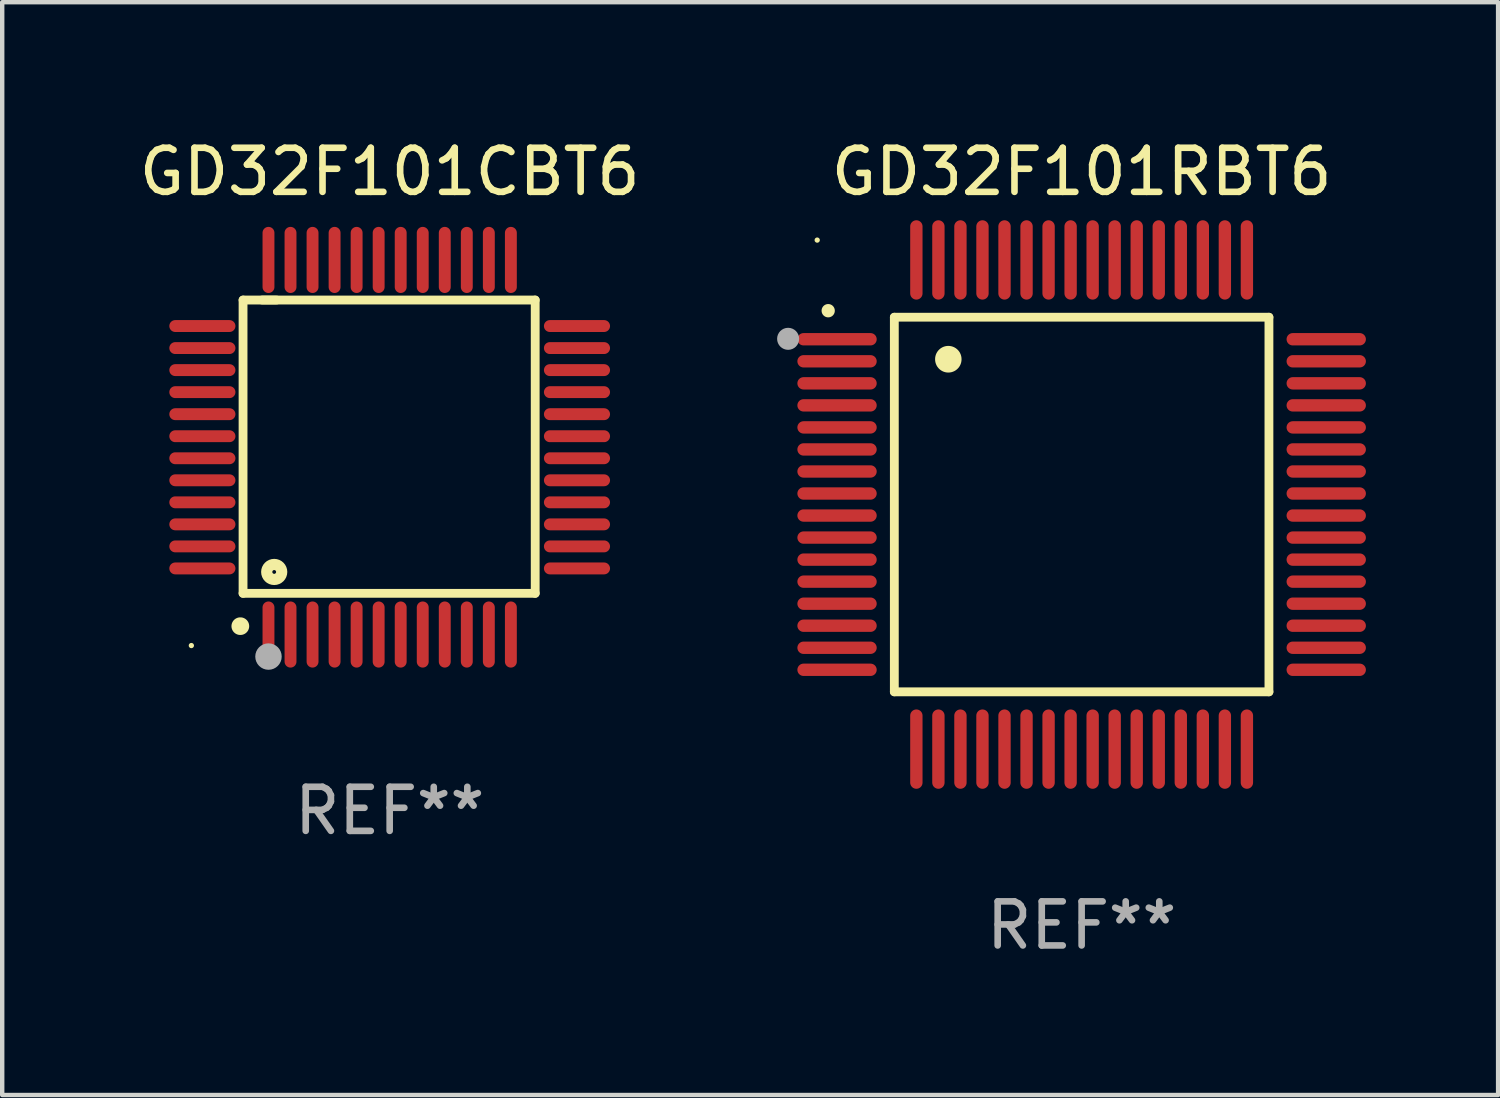
<source format=kicad_pcb>
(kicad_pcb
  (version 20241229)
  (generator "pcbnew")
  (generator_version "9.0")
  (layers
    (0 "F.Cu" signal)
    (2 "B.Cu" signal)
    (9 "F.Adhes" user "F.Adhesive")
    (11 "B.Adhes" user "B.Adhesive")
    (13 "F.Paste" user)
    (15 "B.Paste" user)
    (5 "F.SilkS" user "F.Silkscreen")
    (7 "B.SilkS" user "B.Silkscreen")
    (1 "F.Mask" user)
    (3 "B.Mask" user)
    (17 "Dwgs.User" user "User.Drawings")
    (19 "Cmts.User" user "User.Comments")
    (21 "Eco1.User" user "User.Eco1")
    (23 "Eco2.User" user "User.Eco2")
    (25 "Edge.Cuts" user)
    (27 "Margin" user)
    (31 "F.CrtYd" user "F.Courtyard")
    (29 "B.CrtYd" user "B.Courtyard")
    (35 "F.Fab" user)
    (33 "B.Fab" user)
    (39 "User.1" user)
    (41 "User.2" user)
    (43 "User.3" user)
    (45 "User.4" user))
  (footprint "GD32F101RBT6"
    (layer "F.Cu")
    (at 21.493 8.398)
    (property "Reference" "GD32F101RBT6" (at 0 -7.55 0) (layer "F.SilkS") (effects (font (size 1 1) (thickness 0.15))))
    (attr through_hole)
    (fp_line (start -4.25 -4.25) (end -4.25 4.25) (stroke (width 0.2) (type solid)) (layer "F.SilkS"))
    (fp_line (start -4.25 4.25) (end 4.25 4.25) (stroke (width 0.2) (type solid)) (layer "F.SilkS"))
    (fp_line (start 4.25 -4.25) (end -4.25 -4.25) (stroke (width 0.2) (type solid)) (layer "F.SilkS"))
    (fp_line (start 4.25 4.25) (end 4.25 -4.25) (stroke (width 0.2) (type solid)) (layer "F.SilkS"))
    (fp_arc (start -5.750572 -4.396749) (mid -5.750577 -4.398019) (end -5.750572 -4.399289) (stroke (width 0.3) (type solid)) (layer "F.SilkS"))
    (fp_arc (start -3.025146 -3.294387) (mid -3.025157 -3.296927) (end -3.025146 -3.299467) (stroke (width 0.6) (type solid)) (layer "F.SilkS"))
    (fp_circle (center -6 -6) (end -5.97 -6) (stroke (width 0.06) (type solid)) (fill no) (layer "F.SilkS"))
    (fp_circle (center -6.66 -3.76) (end -6.535 -3.76) (stroke (width 0.25) (type solid)) (fill no) (layer "F.Fab"))
    (fp_text user "REF**" (at 0 9.55 0) (layer "F.Fab") (effects (font (size 1 1) (thickness 0.15))))
    (pad "1" smd oval (at -5.55 -3.75) (size 1.8 0.28) (layers "F.Cu" "F.Mask" "F.Paste"))
    (pad "2" smd oval (at -5.55 -3.25) (size 1.8 0.28) (layers "F.Cu" "F.Mask" "F.Paste"))
    (pad "3" smd oval (at -5.55 -2.75) (size 1.8 0.28) (layers "F.Cu" "F.Mask" "F.Paste"))
    (pad "4" smd oval (at -5.55 -2.25) (size 1.8 0.28) (layers "F.Cu" "F.Mask" "F.Paste"))
    (pad "5" smd oval (at -5.55 -1.75) (size 1.8 0.28) (layers "F.Cu" "F.Mask" "F.Paste"))
    (pad "6" smd oval (at -5.55 -1.25) (size 1.8 0.28) (layers "F.Cu" "F.Mask" "F.Paste"))
    (pad "7" smd oval (at -5.55 -0.75) (size 1.8 0.28) (layers "F.Cu" "F.Mask" "F.Paste"))
    (pad "8" smd oval (at -5.55 -0.25) (size 1.8 0.28) (layers "F.Cu" "F.Mask" "F.Paste"))
    (pad "9" smd oval (at -5.55 0.25) (size 1.8 0.28) (layers "F.Cu" "F.Mask" "F.Paste"))
    (pad "10" smd oval (at -5.55 0.75) (size 1.8 0.28) (layers "F.Cu" "F.Mask" "F.Paste"))
    (pad "11" smd oval (at -5.55 1.25) (size 1.8 0.28) (layers "F.Cu" "F.Mask" "F.Paste"))
    (pad "12" smd oval (at -5.55 1.75) (size 1.8 0.28) (layers "F.Cu" "F.Mask" "F.Paste"))
    (pad "13" smd oval (at -5.55 2.25) (size 1.8 0.28) (layers "F.Cu" "F.Mask" "F.Paste"))
    (pad "14" smd oval (at -5.55 2.75) (size 1.8 0.28) (layers "F.Cu" "F.Mask" "F.Paste"))
    (pad "15" smd oval (at -5.55 3.25) (size 1.8 0.28) (layers "F.Cu" "F.Mask" "F.Paste"))
    (pad "16" smd oval (at -5.55 3.75) (size 1.8 0.28) (layers "F.Cu" "F.Mask" "F.Paste"))
    (pad "17" smd oval (at -3.75 5.55) (size 0.28 1.8) (layers "F.Cu" "F.Mask" "F.Paste"))
    (pad "18" smd oval (at -3.25 5.55) (size 0.28 1.8) (layers "F.Cu" "F.Mask" "F.Paste"))
    (pad "19" smd oval (at -2.75 5.55) (size 0.28 1.8) (layers "F.Cu" "F.Mask" "F.Paste"))
    (pad "20" smd oval (at -2.25 5.55) (size 0.28 1.8) (layers "F.Cu" "F.Mask" "F.Paste"))
    (pad "21" smd oval (at -1.75 5.55) (size 0.28 1.8) (layers "F.Cu" "F.Mask" "F.Paste"))
    (pad "22" smd oval (at -1.25 5.55) (size 0.28 1.8) (layers "F.Cu" "F.Mask" "F.Paste"))
    (pad "23" smd oval (at -0.75 5.55) (size 0.28 1.8) (layers "F.Cu" "F.Mask" "F.Paste"))
    (pad "24" smd oval (at -0.25 5.55) (size 0.28 1.8) (layers "F.Cu" "F.Mask" "F.Paste"))
    (pad "25" smd oval (at 0.25 5.55) (size 0.28 1.8) (layers "F.Cu" "F.Mask" "F.Paste"))
    (pad "26" smd oval (at 0.75 5.55) (size 0.28 1.8) (layers "F.Cu" "F.Mask" "F.Paste"))
    (pad "27" smd oval (at 1.25 5.55) (size 0.28 1.8) (layers "F.Cu" "F.Mask" "F.Paste"))
    (pad "28" smd oval (at 1.75 5.55) (size 0.28 1.8) (layers "F.Cu" "F.Mask" "F.Paste"))
    (pad "29" smd oval (at 2.25 5.55) (size 0.28 1.8) (layers "F.Cu" "F.Mask" "F.Paste"))
    (pad "30" smd oval (at 2.75 5.55) (size 0.28 1.8) (layers "F.Cu" "F.Mask" "F.Paste"))
    (pad "31" smd oval (at 3.25 5.55) (size 0.28 1.8) (layers "F.Cu" "F.Mask" "F.Paste"))
    (pad "32" smd oval (at 3.75 5.55) (size 0.28 1.8) (layers "F.Cu" "F.Mask" "F.Paste"))
    (pad "33" smd oval (at 5.55 3.75) (size 1.8 0.28) (layers "F.Cu" "F.Mask" "F.Paste"))
    (pad "34" smd oval (at 5.55 3.25) (size 1.8 0.28) (layers "F.Cu" "F.Mask" "F.Paste"))
    (pad "35" smd oval (at 5.55 2.75) (size 1.8 0.28) (layers "F.Cu" "F.Mask" "F.Paste"))
    (pad "36" smd oval (at 5.55 2.25) (size 1.8 0.28) (layers "F.Cu" "F.Mask" "F.Paste"))
    (pad "37" smd oval (at 5.55 1.75) (size 1.8 0.28) (layers "F.Cu" "F.Mask" "F.Paste"))
    (pad "38" smd oval (at 5.55 1.25) (size 1.8 0.28) (layers "F.Cu" "F.Mask" "F.Paste"))
    (pad "39" smd oval (at 5.55 0.75) (size 1.8 0.28) (layers "F.Cu" "F.Mask" "F.Paste"))
    (pad "40" smd oval (at 5.55 0.25) (size 1.8 0.28) (layers "F.Cu" "F.Mask" "F.Paste"))
    (pad "41" smd oval (at 5.55 -0.25) (size 1.8 0.28) (layers "F.Cu" "F.Mask" "F.Paste"))
    (pad "42" smd oval (at 5.55 -0.75) (size 1.8 0.28) (layers "F.Cu" "F.Mask" "F.Paste"))
    (pad "43" smd oval (at 5.55 -1.25) (size 1.8 0.28) (layers "F.Cu" "F.Mask" "F.Paste"))
    (pad "44" smd oval (at 5.55 -1.75) (size 1.8 0.28) (layers "F.Cu" "F.Mask" "F.Paste"))
    (pad "45" smd oval (at 5.55 -2.25) (size 1.8 0.28) (layers "F.Cu" "F.Mask" "F.Paste"))
    (pad "46" smd oval (at 5.55 -2.75) (size 1.8 0.28) (layers "F.Cu" "F.Mask" "F.Paste"))
    (pad "47" smd oval (at 5.55 -3.25) (size 1.8 0.28) (layers "F.Cu" "F.Mask" "F.Paste"))
    (pad "48" smd oval (at 5.55 -3.75) (size 1.8 0.28) (layers "F.Cu" "F.Mask" "F.Paste"))
    (pad "49" smd oval (at 3.75 -5.55) (size 0.28 1.8) (layers "F.Cu" "F.Mask" "F.Paste"))
    (pad "50" smd oval (at 3.25 -5.55) (size 0.28 1.8) (layers "F.Cu" "F.Mask" "F.Paste"))
    (pad "51" smd oval (at 2.75 -5.55) (size 0.28 1.8) (layers "F.Cu" "F.Mask" "F.Paste"))
    (pad "52" smd oval (at 2.25 -5.55) (size 0.28 1.8) (layers "F.Cu" "F.Mask" "F.Paste"))
    (pad "53" smd oval (at 1.75 -5.55) (size 0.28 1.8) (layers "F.Cu" "F.Mask" "F.Paste"))
    (pad "54" smd oval (at 1.25 -5.55) (size 0.28 1.8) (layers "F.Cu" "F.Mask" "F.Paste"))
    (pad "55" smd oval (at 0.75 -5.55) (size 0.28 1.8) (layers "F.Cu" "F.Mask" "F.Paste"))
    (pad "56" smd oval (at 0.25 -5.55) (size 0.28 1.8) (layers "F.Cu" "F.Mask" "F.Paste"))
    (pad "57" smd oval (at -0.25 -5.55) (size 0.28 1.8) (layers "F.Cu" "F.Mask" "F.Paste"))
    (pad "58" smd oval (at -0.75 -5.55) (size 0.28 1.8) (layers "F.Cu" "F.Mask" "F.Paste"))
    (pad "59" smd oval (at -1.25 -5.55) (size 0.28 1.8) (layers "F.Cu" "F.Mask" "F.Paste"))
    (pad "60" smd oval (at -1.75 -5.55) (size 0.28 1.8) (layers "F.Cu" "F.Mask" "F.Paste"))
    (pad "61" smd oval (at -2.25 -5.55) (size 0.28 1.8) (layers "F.Cu" "F.Mask" "F.Paste"))
    (pad "62" smd oval (at -2.75 -5.55) (size 0.28 1.8) (layers "F.Cu" "F.Mask" "F.Paste"))
    (pad "63" smd oval (at -3.25 -5.55) (size 0.28 1.8) (layers "F.Cu" "F.Mask" "F.Paste"))
    (pad "64" smd oval (at -3.75 -5.55) (size 0.28 1.8) (layers "F.Cu" "F.Mask" "F.Paste")))
  (footprint "GD32F101CBT6"
    (layer "F.Cu")
    (at 5.792 7.098)
    (property "Reference" "GD32F101CBT6" (at 0 -6.25 0) (layer "F.SilkS") (effects (font (size 1 1) (thickness 0.15))))
    (attr through_hole)
    (fp_line (start -3.327 -3.34) (end -2.565 -3.34) (stroke (width 0.2) (type solid)) (layer "F.SilkS"))
    (fp_line (start -3.327 3.315) (end -3.327 -3.34) (stroke (width 0.2) (type solid)) (layer "F.SilkS"))
    (fp_line (start -2.896 -3.34) (end 3.302 -3.34) (stroke (width 0.2) (type solid)) (layer "F.SilkS"))
    (fp_line (start 3.302 -3.34) (end 3.302 3.315) (stroke (width 0.2) (type solid)) (layer "F.SilkS"))
    (fp_line (start 3.302 3.315) (end -3.327 3.315) (stroke (width 0.2) (type solid)) (layer "F.SilkS"))
    (fp_arc (start -3.389992 4.059995) (mid -3.388722 4.059991) (end -3.387452 4.059995) (stroke (width 0.4) (type solid)) (layer "F.SilkS"))
    (fp_circle (center -4.5 4.5) (end -4.47 4.5) (stroke (width 0.06) (type solid)) (fill no) (layer "F.SilkS"))
    (fp_circle (center -2.62 2.83) (end -2.45 2.83) (stroke (width 0.254) (type solid)) (fill no) (layer "F.SilkS"))
    (fp_circle (center -2.75 4.75) (end -2.6 4.75) (stroke (width 0.3) (type solid)) (fill no) (layer "F.Fab"))
    (fp_text user "REF**" (at 0 8.25 0) (layer "F.Fab") (effects (font (size 1 1) (thickness 0.15))))
    (pad "1" smd oval (at -2.75 4.25) (size 0.27 1.5) (layers "F.Cu" "F.Mask" "F.Paste"))
    (pad "2" smd oval (at -2.25 4.25) (size 0.27 1.5) (layers "F.Cu" "F.Mask" "F.Paste"))
    (pad "3" smd oval (at -1.75 4.25) (size 0.27 1.5) (layers "F.Cu" "F.Mask" "F.Paste"))
    (pad "4" smd oval (at -1.25 4.25) (size 0.27 1.5) (layers "F.Cu" "F.Mask" "F.Paste"))
    (pad "5" smd oval (at -0.75 4.25) (size 0.27 1.5) (layers "F.Cu" "F.Mask" "F.Paste"))
    (pad "6" smd oval (at -0.25 4.25) (size 0.27 1.5) (layers "F.Cu" "F.Mask" "F.Paste"))
    (pad "7" smd oval (at 0.25 4.25) (size 0.27 1.5) (layers "F.Cu" "F.Mask" "F.Paste"))
    (pad "8" smd oval (at 0.75 4.25) (size 0.27 1.5) (layers "F.Cu" "F.Mask" "F.Paste"))
    (pad "9" smd oval (at 1.25 4.25) (size 0.27 1.5) (layers "F.Cu" "F.Mask" "F.Paste"))
    (pad "10" smd oval (at 1.75 4.25) (size 0.27 1.5) (layers "F.Cu" "F.Mask" "F.Paste"))
    (pad "11" smd oval (at 2.25 4.25) (size 0.27 1.5) (layers "F.Cu" "F.Mask" "F.Paste"))
    (pad "12" smd oval (at 2.75 4.25) (size 0.27 1.5) (layers "F.Cu" "F.Mask" "F.Paste"))
    (pad "13" smd oval (at 4.25 2.75) (size 1.5 0.27) (layers "F.Cu" "F.Mask" "F.Paste"))
    (pad "14" smd oval (at 4.25 2.25) (size 1.5 0.27) (layers "F.Cu" "F.Mask" "F.Paste"))
    (pad "15" smd oval (at 4.25 1.75) (size 1.5 0.27) (layers "F.Cu" "F.Mask" "F.Paste"))
    (pad "16" smd oval (at 4.25 1.25) (size 1.5 0.27) (layers "F.Cu" "F.Mask" "F.Paste"))
    (pad "17" smd oval (at 4.25 0.75) (size 1.5 0.27) (layers "F.Cu" "F.Mask" "F.Paste"))
    (pad "18" smd oval (at 4.25 0.25) (size 1.5 0.27) (layers "F.Cu" "F.Mask" "F.Paste"))
    (pad "19" smd oval (at 4.25 -0.25) (size 1.5 0.27) (layers "F.Cu" "F.Mask" "F.Paste"))
    (pad "20" smd oval (at 4.25 -0.75) (size 1.5 0.27) (layers "F.Cu" "F.Mask" "F.Paste"))
    (pad "21" smd oval (at 4.25 -1.25) (size 1.5 0.27) (layers "F.Cu" "F.Mask" "F.Paste"))
    (pad "22" smd oval (at 4.25 -1.75) (size 1.5 0.27) (layers "F.Cu" "F.Mask" "F.Paste"))
    (pad "23" smd oval (at 4.25 -2.25) (size 1.5 0.27) (layers "F.Cu" "F.Mask" "F.Paste"))
    (pad "24" smd oval (at 4.25 -2.75) (size 1.5 0.27) (layers "F.Cu" "F.Mask" "F.Paste"))
    (pad "25" smd oval (at 2.75 -4.25) (size 0.27 1.5) (layers "F.Cu" "F.Mask" "F.Paste"))
    (pad "26" smd oval (at 2.25 -4.25) (size 0.27 1.5) (layers "F.Cu" "F.Mask" "F.Paste"))
    (pad "27" smd oval (at 1.75 -4.25) (size 0.27 1.5) (layers "F.Cu" "F.Mask" "F.Paste"))
    (pad "28" smd oval (at 1.25 -4.25) (size 0.27 1.5) (layers "F.Cu" "F.Mask" "F.Paste"))
    (pad "29" smd oval (at 0.75 -4.25) (size 0.27 1.5) (layers "F.Cu" "F.Mask" "F.Paste"))
    (pad "30" smd oval (at 0.25 -4.25) (size 0.27 1.5) (layers "F.Cu" "F.Mask" "F.Paste"))
    (pad "31" smd oval (at -0.25 -4.25) (size 0.27 1.5) (layers "F.Cu" "F.Mask" "F.Paste"))
    (pad "32" smd oval (at -0.75 -4.25) (size 0.27 1.5) (layers "F.Cu" "F.Mask" "F.Paste"))
    (pad "33" smd oval (at -1.25 -4.25) (size 0.27 1.5) (layers "F.Cu" "F.Mask" "F.Paste"))
    (pad "34" smd oval (at -1.75 -4.25) (size 0.27 1.5) (layers "F.Cu" "F.Mask" "F.Paste"))
    (pad "35" smd oval (at -2.25 -4.25) (size 0.27 1.5) (layers "F.Cu" "F.Mask" "F.Paste"))
    (pad "36" smd oval (at -2.75 -4.25) (size 0.27 1.5) (layers "F.Cu" "F.Mask" "F.Paste"))
    (pad "37" smd oval (at -4.25 -2.75) (size 1.5 0.27) (layers "F.Cu" "F.Mask" "F.Paste"))
    (pad "38" smd oval (at -4.25 -2.25) (size 1.5 0.27) (layers "F.Cu" "F.Mask" "F.Paste"))
    (pad "39" smd oval (at -4.25 -1.75) (size 1.5 0.27) (layers "F.Cu" "F.Mask" "F.Paste"))
    (pad "40" smd oval (at -4.25 -1.25) (size 1.5 0.27) (layers "F.Cu" "F.Mask" "F.Paste"))
    (pad "41" smd oval (at -4.25 -0.75) (size 1.5 0.27) (layers "F.Cu" "F.Mask" "F.Paste"))
    (pad "42" smd oval (at -4.25 -0.25) (size 1.5 0.27) (layers "F.Cu" "F.Mask" "F.Paste"))
    (pad "43" smd oval (at -4.25 0.25) (size 1.5 0.27) (layers "F.Cu" "F.Mask" "F.Paste"))
    (pad "44" smd oval (at -4.25 0.75) (size 1.5 0.27) (layers "F.Cu" "F.Mask" "F.Paste"))
    (pad "45" smd oval (at -4.25 1.25) (size 1.5 0.27) (layers "F.Cu" "F.Mask" "F.Paste"))
    (pad "46" smd oval (at -4.25 1.75) (size 1.5 0.27) (layers "F.Cu" "F.Mask" "F.Paste"))
    (pad "47" smd oval (at -4.25 2.25) (size 1.5 0.27) (layers "F.Cu" "F.Mask" "F.Paste"))
    (pad "48" smd oval (at -4.25 2.75) (size 1.5 0.27) (layers "F.Cu" "F.Mask" "F.Paste")))
  (gr_rect
    (start -3 -3)
    (end 30.943 21.796)
    (stroke (width 0.1) (type default))
    (fill no)
    (layer "Edge.Cuts")))
</source>
